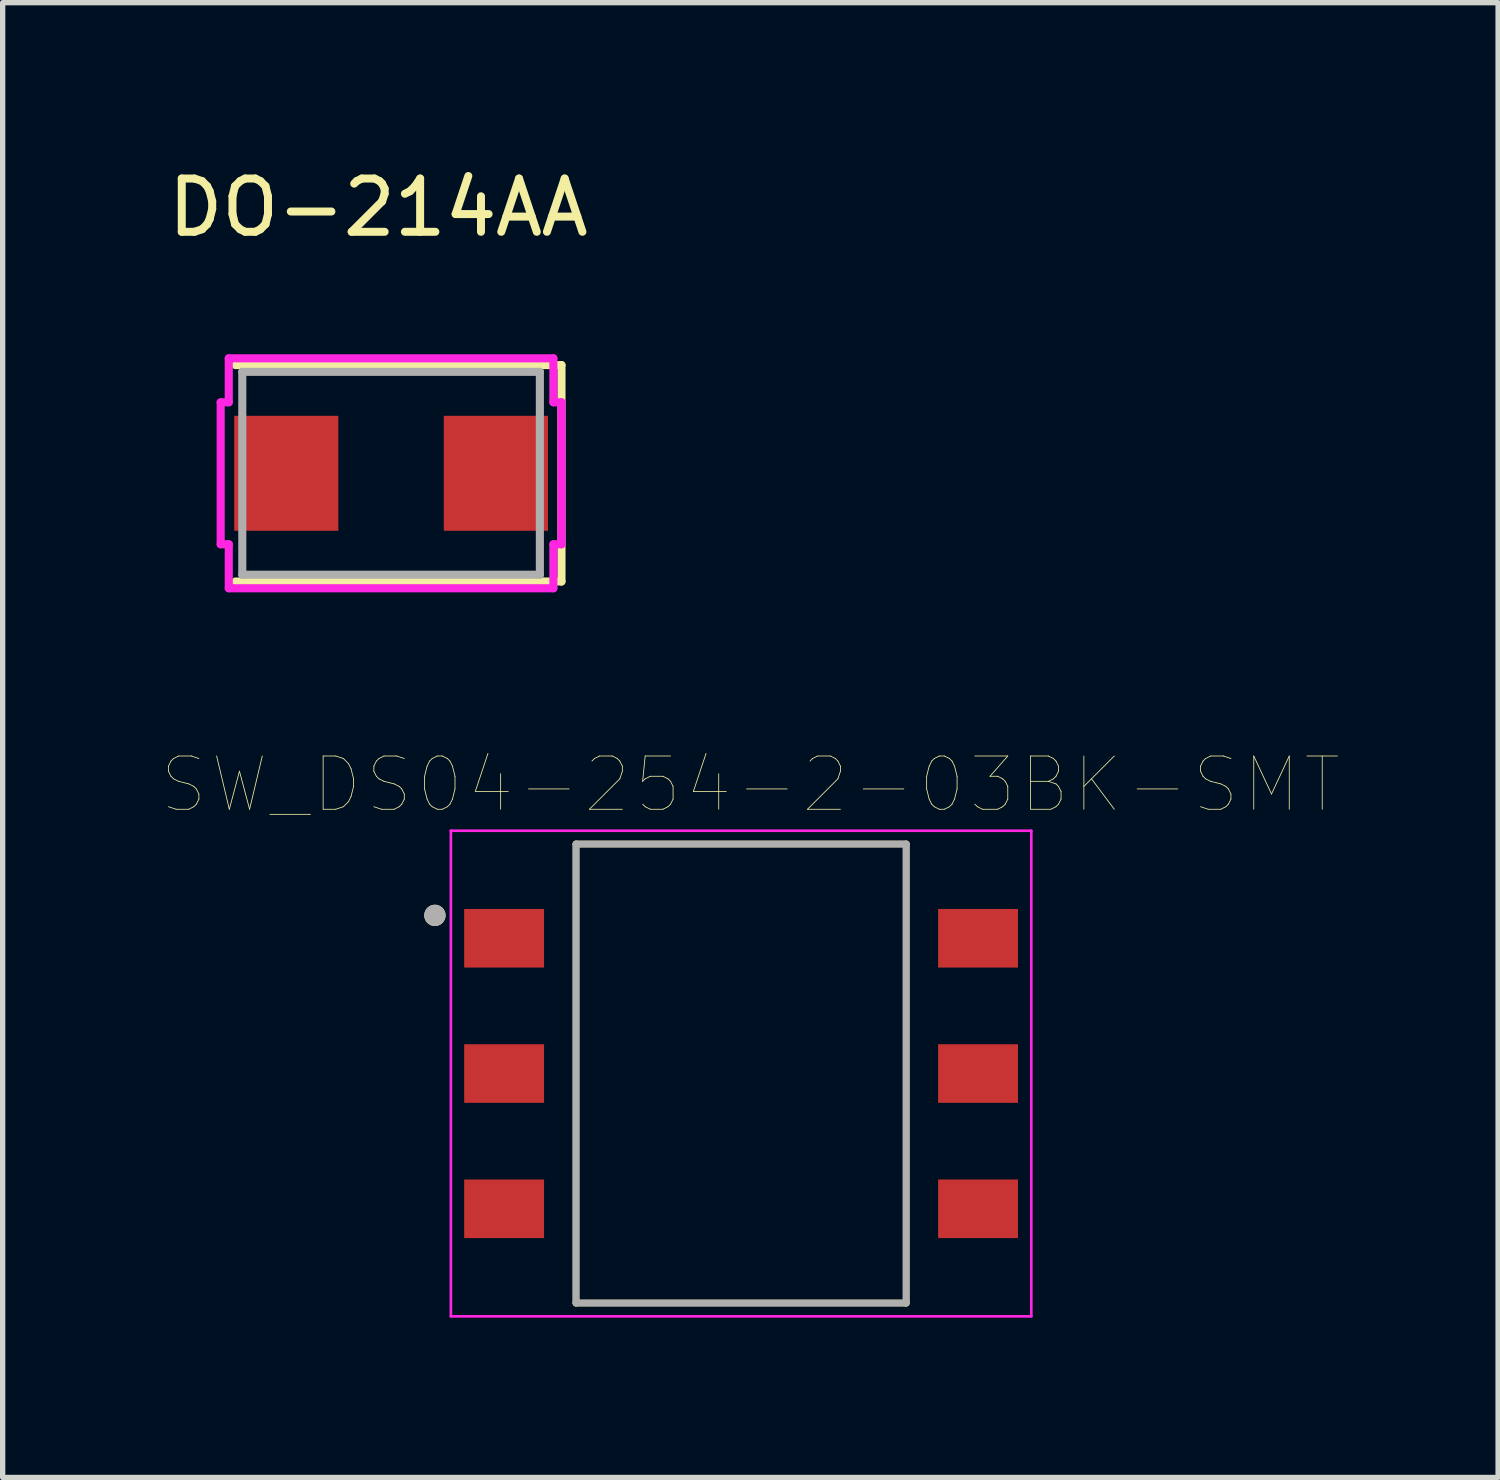
<source format=kicad_pcb>
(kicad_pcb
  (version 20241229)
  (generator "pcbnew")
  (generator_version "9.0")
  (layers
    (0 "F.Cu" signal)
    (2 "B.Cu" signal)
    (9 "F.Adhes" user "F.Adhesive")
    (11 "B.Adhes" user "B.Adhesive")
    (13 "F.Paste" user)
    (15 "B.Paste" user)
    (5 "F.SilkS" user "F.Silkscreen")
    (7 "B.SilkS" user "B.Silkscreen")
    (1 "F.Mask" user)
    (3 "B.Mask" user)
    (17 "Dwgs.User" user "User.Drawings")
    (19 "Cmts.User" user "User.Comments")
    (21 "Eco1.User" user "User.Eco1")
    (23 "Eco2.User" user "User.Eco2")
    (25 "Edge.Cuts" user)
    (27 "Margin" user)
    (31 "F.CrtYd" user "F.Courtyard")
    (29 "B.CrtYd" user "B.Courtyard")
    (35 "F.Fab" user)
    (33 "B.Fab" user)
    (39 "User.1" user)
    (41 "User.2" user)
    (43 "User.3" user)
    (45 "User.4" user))
  (footprint "DO-214AA"
    (layer "F.Cu")
    (at 4.294 5.838)
    (property "Reference" "DO-214AA" (at -0.24 -4.99 0) (layer "F.SilkS") (effects (font (size 1 1) (thickness 0.15))))
    (attr through_hole)
    (fp_line (start -2.921 2.032) (end 3.2 2.032) (stroke (width 0.152) (type solid)) (layer "F.SilkS"))
    (fp_line (start 3.2 -2.032) (end -2.921 -2.032) (stroke (width 0.152) (type solid)) (layer "F.SilkS"))
    (fp_line (start 3.2 -2.032) (end 3.2 2.032) (stroke (width 0.152) (type solid)) (layer "F.SilkS"))
    (fp_line (start -3.2 -1.333) (end -3.048 -1.333) (stroke (width 0.152) (type solid)) (layer "F.CrtYd"))
    (fp_line (start -3.2 1.333) (end -3.2 -1.333) (stroke (width 0.152) (type solid)) (layer "F.CrtYd"))
    (fp_line (start -3.048 -2.159) (end 3.048 -2.159) (stroke (width 0.152) (type solid)) (layer "F.CrtYd"))
    (fp_line (start -3.048 -1.333) (end -3.048 -2.159) (stroke (width 0.152) (type solid)) (layer "F.CrtYd"))
    (fp_line (start -3.048 1.333) (end -3.2 1.333) (stroke (width 0.152) (type solid)) (layer "F.CrtYd"))
    (fp_line (start -3.048 2.159) (end -3.048 1.333) (stroke (width 0.152) (type solid)) (layer "F.CrtYd"))
    (fp_line (start 3.048 -2.159) (end 3.048 -1.333) (stroke (width 0.152) (type solid)) (layer "F.CrtYd"))
    (fp_line (start 3.048 -1.333) (end 3.2 -1.333) (stroke (width 0.152) (type solid)) (layer "F.CrtYd"))
    (fp_line (start 3.048 1.333) (end 3.048 2.159) (stroke (width 0.152) (type solid)) (layer "F.CrtYd"))
    (fp_line (start 3.048 2.159) (end -3.048 2.159) (stroke (width 0.152) (type solid)) (layer "F.CrtYd"))
    (fp_line (start 3.2 -1.333) (end 3.2 1.333) (stroke (width 0.152) (type solid)) (layer "F.CrtYd"))
    (fp_line (start 3.2 1.333) (end 3.048 1.333) (stroke (width 0.152) (type solid)) (layer "F.CrtYd"))
    (fp_line (start -2.794 -1.905) (end -2.794 1.905) (stroke (width 0.152) (type solid)) (layer "F.Fab"))
    (fp_line (start -2.794 1.905) (end 2.794 1.905) (stroke (width 0.152) (type solid)) (layer "F.Fab"))
    (fp_line (start 2.794 -1.905) (end -2.794 -1.905) (stroke (width 0.152) (type solid)) (layer "F.Fab"))
    (fp_line (start 2.794 1.905) (end 2.794 -1.905) (stroke (width 0.152) (type solid)) (layer "F.Fab"))
    (pad "1" smd rect (at 1.968 0 90) (size 2.159 1.956) (layers "F.Cu" "F.Mask" "F.Paste"))
    (pad "2" smd rect (at -1.968 0 90) (size 2.159 1.956) (layers "F.Cu" "F.Mask" "F.Paste")))
  (footprint "SW_DS04-254-2-03BK-SMT"
    (layer "F.Cu")
    (at 10.867 17.11)
    (property "Reference" "SW_DS04-254-2-03BK-SMT" (at 0.175 -5.425 0) (layer "F.SilkS") (effects (font (size 1 1) (thickness 0.015))))
    (attr through_hole)
    (fp_line (start -3.1 -4.31) (end 3.1 -4.31) (stroke (width 0.127) (type solid)) (layer "F.SilkS"))
    (fp_line (start -3.1 4.31) (end -3.1 -4.31) (stroke (width 0.127) (type solid)) (layer "F.SilkS"))
    (fp_line (start 3.1 -4.31) (end 3.1 4.31) (stroke (width 0.127) (type solid)) (layer "F.SilkS"))
    (fp_line (start 3.1 4.31) (end -3.1 4.31) (stroke (width 0.127) (type solid)) (layer "F.SilkS"))
    (fp_circle (center -5.75 -2.97) (end -5.65 -2.97) (stroke (width 0.2) (type solid)) (fill no) (layer "F.SilkS"))
    (fp_line (start -5.45 -4.56) (end -5.45 4.56) (stroke (width 0.05) (type solid)) (layer "F.CrtYd"))
    (fp_line (start -5.45 4.56) (end 5.45 4.56) (stroke (width 0.05) (type solid)) (layer "F.CrtYd"))
    (fp_line (start 5.45 -4.56) (end -5.45 -4.56) (stroke (width 0.05) (type solid)) (layer "F.CrtYd"))
    (fp_line (start 5.45 4.56) (end 5.45 -4.56) (stroke (width 0.05) (type solid)) (layer "F.CrtYd"))
    (fp_line (start -3.1 -4.31) (end 3.1 -4.31) (stroke (width 0.127) (type solid)) (layer "F.Fab"))
    (fp_line (start -3.1 4.31) (end -3.1 -4.31) (stroke (width 0.127) (type solid)) (layer "F.Fab"))
    (fp_line (start 3.1 -4.31) (end 3.1 4.31) (stroke (width 0.127) (type solid)) (layer "F.Fab"))
    (fp_line (start 3.1 4.31) (end -3.1 4.31) (stroke (width 0.127) (type solid)) (layer "F.Fab"))
    (fp_circle (center -5.75 -2.97) (end -5.65 -2.97) (stroke (width 0.2) (type solid)) (fill no) (layer "F.Fab"))
    (pad "1A" smd rect (at -4.45 -2.54) (size 1.5 1.1) (layers "F.Cu" "F.Mask" "F.Paste"))
    (pad "1B" smd rect (at 4.45 -2.54) (size 1.5 1.1) (layers "F.Cu" "F.Mask" "F.Paste"))
    (pad "2A" smd rect (at -4.45 0) (size 1.5 1.1) (layers "F.Cu" "F.Mask" "F.Paste"))
    (pad "2B" smd rect (at 4.45 0) (size 1.5 1.1) (layers "F.Cu" "F.Mask" "F.Paste"))
    (pad "3A" smd rect (at -4.45 2.54) (size 1.5 1.1) (layers "F.Cu" "F.Mask" "F.Paste"))
    (pad "3B" smd rect (at 4.45 2.54) (size 1.5 1.1) (layers "F.Cu" "F.Mask" "F.Paste")))
  (gr_rect
    (start -3 -3)
    (end 25.083 24.695)
    (stroke (width 0.1) (type default))
    (fill no)
    (layer "Edge.Cuts")))
</source>
